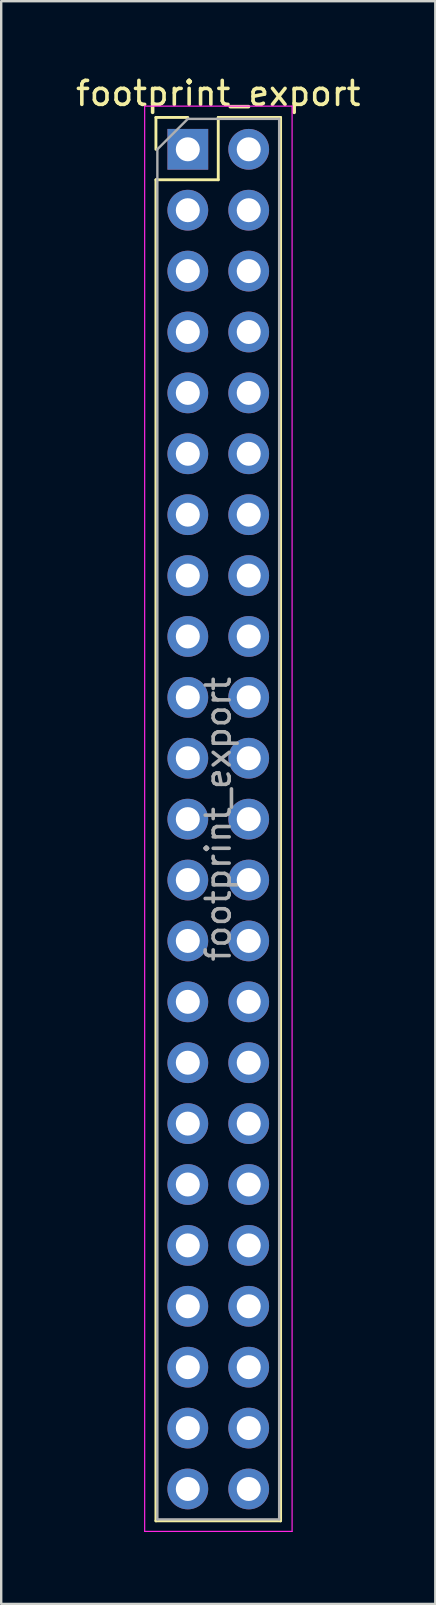
<source format=kicad_pcb>
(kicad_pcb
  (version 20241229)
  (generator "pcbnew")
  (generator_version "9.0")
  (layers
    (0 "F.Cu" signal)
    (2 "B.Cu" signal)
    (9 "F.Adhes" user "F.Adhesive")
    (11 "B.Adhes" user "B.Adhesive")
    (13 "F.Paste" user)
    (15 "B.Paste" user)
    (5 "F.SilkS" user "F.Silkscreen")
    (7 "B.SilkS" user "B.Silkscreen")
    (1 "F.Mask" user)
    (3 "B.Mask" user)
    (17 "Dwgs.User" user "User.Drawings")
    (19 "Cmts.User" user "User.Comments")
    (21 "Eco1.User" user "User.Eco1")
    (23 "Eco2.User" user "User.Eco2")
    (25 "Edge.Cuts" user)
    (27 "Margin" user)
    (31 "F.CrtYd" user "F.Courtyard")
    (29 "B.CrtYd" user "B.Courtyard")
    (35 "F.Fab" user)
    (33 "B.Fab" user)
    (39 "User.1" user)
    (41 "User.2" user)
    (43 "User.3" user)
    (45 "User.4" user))
  (footprint "footprint_export"
    (layer "F.Cu")
    (at 4.784 3.178)
    (property "Reference" "footprint_export" (at 1.27 -2.33 0) (layer "F.SilkS") (effects (font (size 1 1) (thickness 0.15))))
    (attr through_hole)
    (fp_line (start -1.33 -1.33) (end 0 -1.33) (stroke (width 0.12) (type solid)) (layer "F.SilkS"))
    (fp_line (start -1.33 0) (end -1.33 -1.33) (stroke (width 0.12) (type solid)) (layer "F.SilkS"))
    (fp_line (start -1.33 1.27) (end -1.33 57.21) (stroke (width 0.12) (type solid)) (layer "F.SilkS"))
    (fp_line (start -1.33 1.27) (end 1.27 1.27) (stroke (width 0.12) (type solid)) (layer "F.SilkS"))
    (fp_line (start -1.33 57.21) (end 3.87 57.21) (stroke (width 0.12) (type solid)) (layer "F.SilkS"))
    (fp_line (start 1.27 -1.33) (end 3.87 -1.33) (stroke (width 0.12) (type solid)) (layer "F.SilkS"))
    (fp_line (start 1.27 1.27) (end 1.27 -1.33) (stroke (width 0.12) (type solid)) (layer "F.SilkS"))
    (fp_line (start 3.87 -1.33) (end 3.87 57.21) (stroke (width 0.12) (type solid)) (layer "F.SilkS"))
    (fp_line (start -1.8 -1.8) (end -1.8 57.65) (stroke (width 0.05) (type solid)) (layer "F.CrtYd"))
    (fp_line (start -1.8 57.65) (end 4.35 57.65) (stroke (width 0.05) (type solid)) (layer "F.CrtYd"))
    (fp_line (start 4.35 -1.8) (end -1.8 -1.8) (stroke (width 0.05) (type solid)) (layer "F.CrtYd"))
    (fp_line (start 4.35 57.65) (end 4.35 -1.8) (stroke (width 0.05) (type solid)) (layer "F.CrtYd"))
    (fp_line (start -1.27 0) (end 0 -1.27) (stroke (width 0.1) (type solid)) (layer "F.Fab"))
    (fp_line (start -1.27 57.15) (end -1.27 0) (stroke (width 0.1) (type solid)) (layer "F.Fab"))
    (fp_line (start 0 -1.27) (end 3.81 -1.27) (stroke (width 0.1) (type solid)) (layer "F.Fab"))
    (fp_line (start 3.81 -1.27) (end 3.81 57.15) (stroke (width 0.1) (type solid)) (layer "F.Fab"))
    (fp_line (start 3.81 57.15) (end -1.27 57.15) (stroke (width 0.1) (type solid)) (layer "F.Fab"))
    (fp_text user "${REFERENCE}" (at 1.27 27.94 90) (layer "F.Fab") (effects (font (size 1 1) (thickness 0.15))))
    (pad "1" thru_hole rect (at 0 0) (size 1.7 1.7) (drill 1) (layers "*.Cu" "*.Mask"))
    (pad "2" thru_hole oval (at 2.54 0) (size 1.7 1.7) (drill 1) (layers "*.Cu" "*.Mask"))
    (pad "3" thru_hole oval (at 0 2.54) (size 1.7 1.7) (drill 1) (layers "*.Cu" "*.Mask"))
    (pad "4" thru_hole oval (at 2.54 2.54) (size 1.7 1.7) (drill 1) (layers "*.Cu" "*.Mask"))
    (pad "5" thru_hole oval (at 0 5.08) (size 1.7 1.7) (drill 1) (layers "*.Cu" "*.Mask"))
    (pad "6" thru_hole oval (at 2.54 5.08) (size 1.7 1.7) (drill 1) (layers "*.Cu" "*.Mask"))
    (pad "7" thru_hole oval (at 0 7.62) (size 1.7 1.7) (drill 1) (layers "*.Cu" "*.Mask"))
    (pad "8" thru_hole oval (at 2.54 7.62) (size 1.7 1.7) (drill 1) (layers "*.Cu" "*.Mask"))
    (pad "9" thru_hole oval (at 0 10.16) (size 1.7 1.7) (drill 1) (layers "*.Cu" "*.Mask"))
    (pad "10" thru_hole oval (at 2.54 10.16) (size 1.7 1.7) (drill 1) (layers "*.Cu" "*.Mask"))
    (pad "11" thru_hole oval (at 0 12.7) (size 1.7 1.7) (drill 1) (layers "*.Cu" "*.Mask"))
    (pad "12" thru_hole oval (at 2.54 12.7) (size 1.7 1.7) (drill 1) (layers "*.Cu" "*.Mask"))
    (pad "13" thru_hole oval (at 0 15.24) (size 1.7 1.7) (drill 1) (layers "*.Cu" "*.Mask"))
    (pad "14" thru_hole oval (at 2.54 15.24) (size 1.7 1.7) (drill 1) (layers "*.Cu" "*.Mask"))
    (pad "15" thru_hole oval (at 0 17.78) (size 1.7 1.7) (drill 1) (layers "*.Cu" "*.Mask"))
    (pad "16" thru_hole oval (at 2.54 17.78) (size 1.7 1.7) (drill 1) (layers "*.Cu" "*.Mask"))
    (pad "17" thru_hole oval (at 0 20.32) (size 1.7 1.7) (drill 1) (layers "*.Cu" "*.Mask"))
    (pad "18" thru_hole oval (at 2.54 20.32) (size 1.7 1.7) (drill 1) (layers "*.Cu" "*.Mask"))
    (pad "19" thru_hole oval (at 0 22.86) (size 1.7 1.7) (drill 1) (layers "*.Cu" "*.Mask"))
    (pad "20" thru_hole oval (at 2.54 22.86) (size 1.7 1.7) (drill 1) (layers "*.Cu" "*.Mask"))
    (pad "21" thru_hole oval (at 0 25.4) (size 1.7 1.7) (drill 1) (layers "*.Cu" "*.Mask"))
    (pad "22" thru_hole oval (at 2.54 25.4) (size 1.7 1.7) (drill 1) (layers "*.Cu" "*.Mask"))
    (pad "23" thru_hole oval (at 0 27.94) (size 1.7 1.7) (drill 1) (layers "*.Cu" "*.Mask"))
    (pad "24" thru_hole oval (at 2.54 27.94) (size 1.7 1.7) (drill 1) (layers "*.Cu" "*.Mask"))
    (pad "25" thru_hole oval (at 0 30.48) (size 1.7 1.7) (drill 1) (layers "*.Cu" "*.Mask"))
    (pad "26" thru_hole oval (at 2.54 30.48) (size 1.7 1.7) (drill 1) (layers "*.Cu" "*.Mask"))
    (pad "27" thru_hole oval (at 0 33.02) (size 1.7 1.7) (drill 1) (layers "*.Cu" "*.Mask"))
    (pad "28" thru_hole oval (at 2.54 33.02) (size 1.7 1.7) (drill 1) (layers "*.Cu" "*.Mask"))
    (pad "29" thru_hole oval (at 0 35.56) (size 1.7 1.7) (drill 1) (layers "*.Cu" "*.Mask"))
    (pad "30" thru_hole oval (at 2.54 35.56) (size 1.7 1.7) (drill 1) (layers "*.Cu" "*.Mask"))
    (pad "31" thru_hole oval (at 0 38.1) (size 1.7 1.7) (drill 1) (layers "*.Cu" "*.Mask"))
    (pad "32" thru_hole oval (at 2.54 38.1) (size 1.7 1.7) (drill 1) (layers "*.Cu" "*.Mask"))
    (pad "33" thru_hole oval (at 0 40.64) (size 1.7 1.7) (drill 1) (layers "*.Cu" "*.Mask"))
    (pad "34" thru_hole oval (at 2.54 40.64) (size 1.7 1.7) (drill 1) (layers "*.Cu" "*.Mask"))
    (pad "35" thru_hole oval (at 0 43.18) (size 1.7 1.7) (drill 1) (layers "*.Cu" "*.Mask"))
    (pad "36" thru_hole oval (at 2.54 43.18) (size 1.7 1.7) (drill 1) (layers "*.Cu" "*.Mask"))
    (pad "37" thru_hole oval (at 0 45.72) (size 1.7 1.7) (drill 1) (layers "*.Cu" "*.Mask"))
    (pad "38" thru_hole oval (at 2.54 45.72) (size 1.7 1.7) (drill 1) (layers "*.Cu" "*.Mask"))
    (pad "39" thru_hole oval (at 0 48.26) (size 1.7 1.7) (drill 1) (layers "*.Cu" "*.Mask"))
    (pad "40" thru_hole oval (at 2.54 48.26) (size 1.7 1.7) (drill 1) (layers "*.Cu" "*.Mask"))
    (pad "41" thru_hole oval (at 0 50.8) (size 1.7 1.7) (drill 1) (layers "*.Cu" "*.Mask"))
    (pad "42" thru_hole oval (at 2.54 50.8) (size 1.7 1.7) (drill 1) (layers "*.Cu" "*.Mask"))
    (pad "43" thru_hole oval (at 0 53.34) (size 1.7 1.7) (drill 1) (layers "*.Cu" "*.Mask"))
    (pad "44" thru_hole oval (at 2.54 53.34) (size 1.7 1.7) (drill 1) (layers "*.Cu" "*.Mask"))
    (pad "45" thru_hole oval (at 0 55.88) (size 1.7 1.7) (drill 1) (layers "*.Cu" "*.Mask"))
    (pad "46" thru_hole oval (at 2.54 55.88) (size 1.7 1.7) (drill 1) (layers "*.Cu" "*.Mask")))
  (gr_rect
    (start -3 -3)
    (end 15.107 63.853)
    (stroke (width 0.1) (type default))
    (fill no)
    (layer "Edge.Cuts")))
</source>
